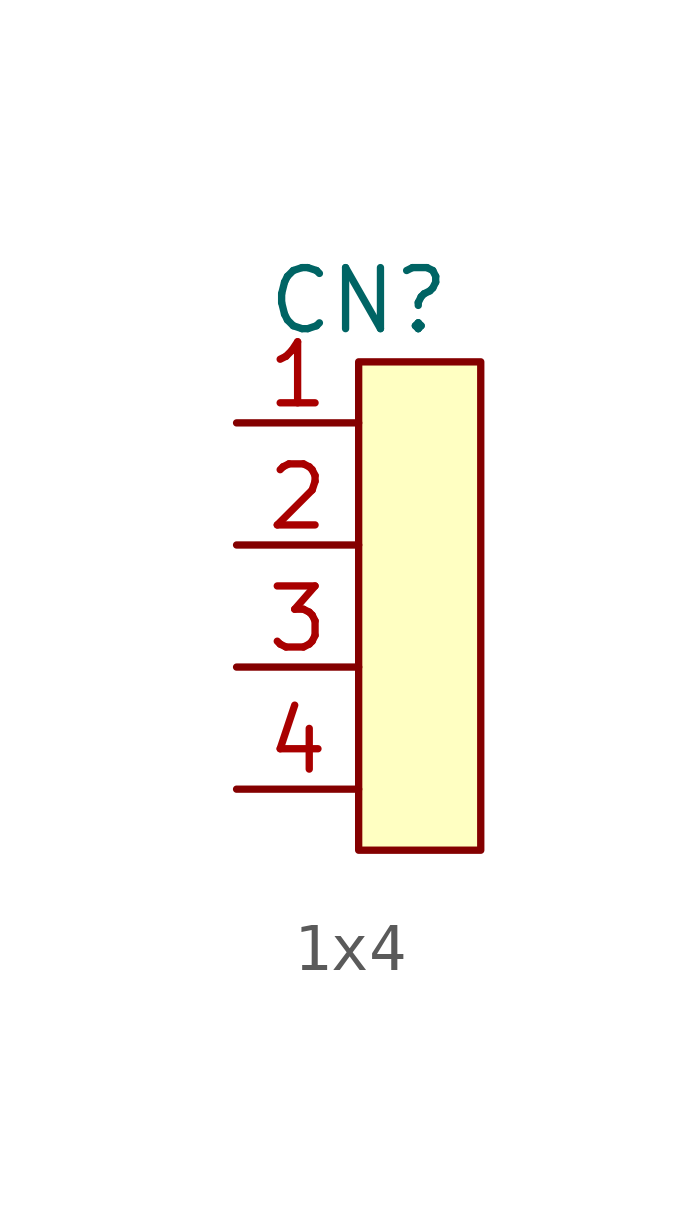
<source format=kicad_sym>
(kicad_symbol_lib
  (version 20220914)
  (generator kicad_symbol_editor)
  (symbol "1x4"
    (pin_names
      (offset 1.016))
    (property "Reference" "CN"
      (at 2.54 5.08 0)
      (effects (font (size 1.27 1.27))))
    (symbol "1x4_1_1"
      (rectangle (start 2.54 3.81) (end 5.08 -6.35) (stroke (width 0) (type solid)) (fill (type background)))
      (pin bidirectional line (at 0 2.54 0) (length 2.54) (name "~" (effects (font (size 1.27 1.27)))) (number "1" (effects (font (size 1.27 1.27)))))
      (pin bidirectional line (at 0 0 0) (length 2.54) (name "~" (effects (font (size 1.27 1.27)))) (number "2" (effects (font (size 1.27 1.27)))))
      (pin bidirectional line (at 0 -2.54 0) (length 2.54) (name "~" (effects (font (size 1.27 1.27)))) (number "3" (effects (font (size 1.27 1.27)))))
      (pin bidirectional line (at 0 -5.08 0) (length 2.54) (name "~" (effects (font (size 1.27 1.27)))) (number "4" (effects (font (size 1.27 1.27))))))))
</source>
